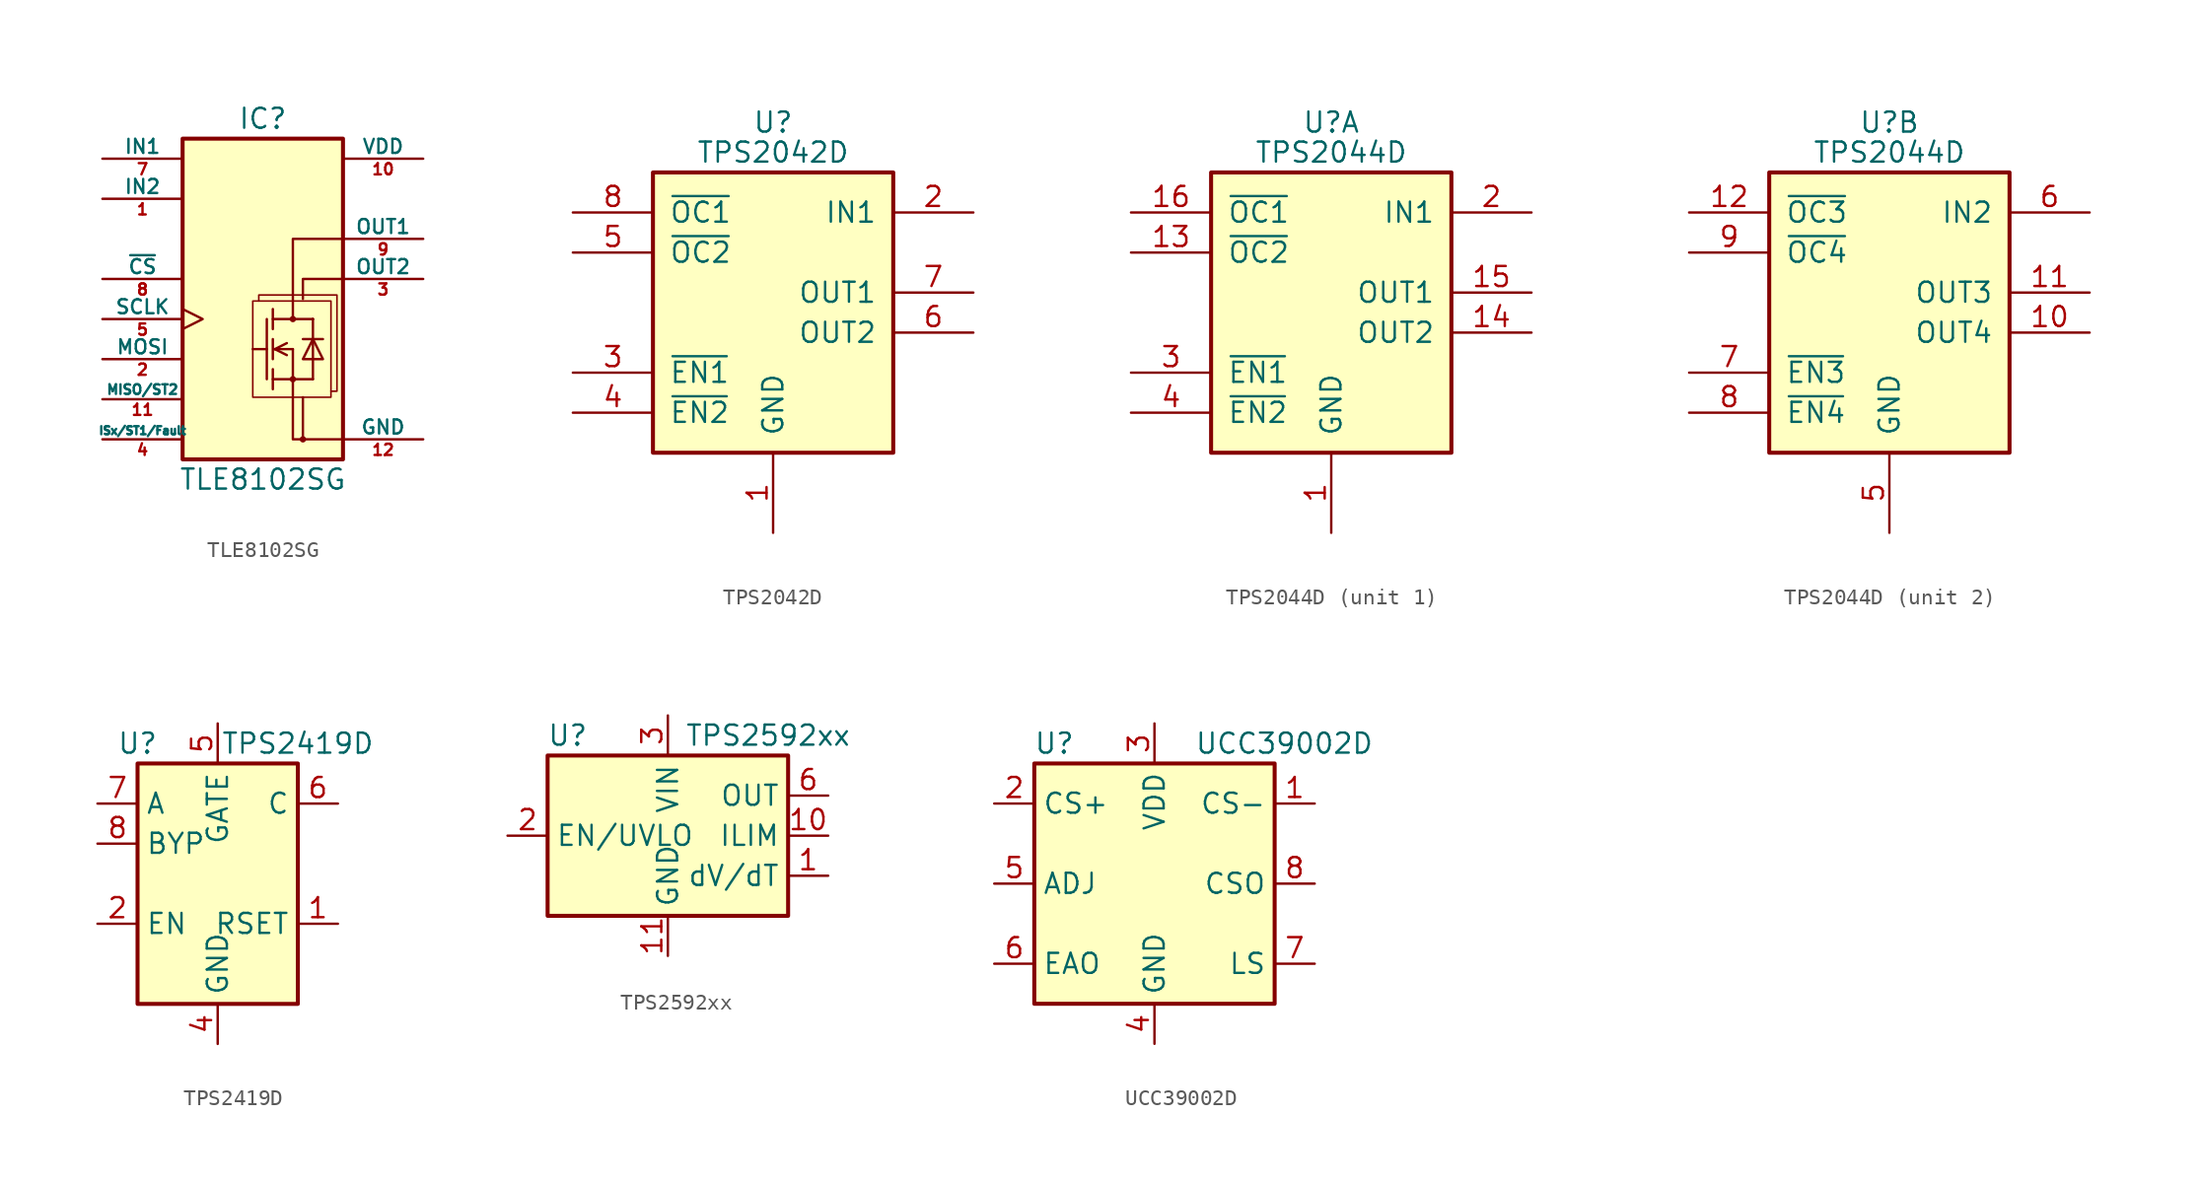
<source format=kicad_sym>
(kicad_symbol_lib
  (version 20201005)
  (generator kicad_symbol_editor)
  (symbol "TLE8102SG"
    (pin_names
      (offset 0))
    (property "Reference" "IC"
      (at 0 12.7 0)
      (effects (font (size 1.27 1.27))))
    (property "Value" "TLE8102SG"
      (at 0 -10.16 0)
      (effects (font (size 1.27 1.27))))
    (symbol "TLE8102SG_0_1"
      (circle (center 1.905 -3.81) (radius 0.127) (stroke (width 0.152)) (fill (type none)))
      (circle (center 1.905 0) (radius 0.127) (stroke (width 0.152)) (fill (type none)))
      (circle (center 2.54 -7.62) (radius 0.127) (stroke (width 0.152)) (fill (type none)))
      (rectangle (start -5.08 11.43) (end 5.08 -8.89) (stroke (width 0.254)) (fill (type background)))
      (rectangle (start -0.635 1.143) (end 4.318 -4.953) (stroke (width 0.102)) (fill (type background)))
      (polyline (pts (xy -0.635 -1.905) (xy 0.254 -1.905)) (stroke (width 0.152)) (fill (type none)))
      (polyline (pts (xy 0.254 0) (xy 0.254 -3.81)) (stroke (width 0.152)) (fill (type none)))
      (polyline (pts (xy 0.635 -3.81) (xy 3.175 -3.81)) (stroke (width 0.152)) (fill (type none)))
      (polyline (pts (xy 0.635 -3.175) (xy 0.635 -4.445)) (stroke (width 0.152)) (fill (type none)))
      (polyline (pts (xy 0.635 -1.27) (xy 0.635 -2.54)) (stroke (width 0.152)) (fill (type none)))
      (polyline (pts (xy 0.635 0.635) (xy 0.635 -0.635)) (stroke (width 0.152)) (fill (type none)))
      (polyline (pts (xy 0.762 -1.905) (xy 1.524 -2.286)) (stroke (width 0.152)) (fill (type none)))
      (polyline (pts (xy 0.762 -1.905) (xy 1.524 -1.524)) (stroke (width 0.152)) (fill (type none)))
      (polyline (pts (xy 0.762 -1.905) (xy 1.905 -1.905)) (stroke (width 0)) (fill (type none)))
      (polyline (pts (xy 2.54 -4.953) (xy 2.54 -7.62)) (stroke (width 0.152)) (fill (type none)))
      (polyline (pts (xy 2.54 -1.27) (xy 3.81 -1.27)) (stroke (width 0.152)) (fill (type none)))
      (polyline (pts (xy 3.175 0) (xy 0.635 0)) (stroke (width 0.152)) (fill (type none)))
      (polyline (pts (xy 3.175 0) (xy 3.175 -3.81)) (stroke (width 0.152)) (fill (type none)))
      (polyline (pts (xy 3.175 0) (xy 3.175 0)) (stroke (width 0)) (fill (type none)))
      (polyline (pts (xy 5.08 -7.62) (xy 2.54 -7.62)) (stroke (width 0.152)) (fill (type none)))
      (polyline (pts (xy 1.905 -1.905) (xy 1.905 -2.54) (xy 1.905 -3.81)) (stroke (width 0.152)) (fill (type none)))
      (polyline (pts (xy 1.905 0) (xy 1.905 5.08) (xy 5.08 5.08)) (stroke (width 0.152)) (fill (type none)))
      (polyline (pts (xy 2.54 -7.62) (xy 1.905 -7.62) (xy 1.905 -3.81)) (stroke (width 0.152)) (fill (type none)))
      (polyline (pts (xy 5.08 2.54) (xy 2.54 2.54) (xy 2.54 1.27)) (stroke (width 0.152)) (fill (type none)))
      (polyline (pts (xy 3.175 -1.27) (xy 2.54 -2.54) (xy 3.81 -2.54) (xy 3.175 -1.27)) (stroke (width 0.152)) (fill (type none)))
      (polyline (pts (xy -0.254 1.143) (xy -0.254 1.524) (xy 4.699 1.524) (xy 4.699 -4.572) (xy 4.318 -4.572)) (stroke (width 0.102)) (fill (type background))))
    (symbol "TLE8102SG_1_1"
      (pin input line (at -10.16 7.62 0) (length 5.08) (name "IN2" (effects (font (size 0.889 0.889)))) (number "1" (effects (font (size 0.711 0.711)))))
      (pin power_in line (at 10.16 10.16 180) (length 5.08) (name "VDD" (effects (font (size 0.889 0.889)))) (number "10" (effects (font (size 0.711 0.711)))))
      (pin passive line (at -10.16 -5.08 0) (length 5.08) (name "MISO/ST2" (effects (font (size 0.61 0.61)))) (number "11" (effects (font (size 0.711 0.711)))))
      (pin power_in line (at 10.16 -7.62 180) (length 5.08) (name "GND" (effects (font (size 0.889 0.889)))) (number "12" (effects (font (size 0.711 0.711)))))
      (pin passive line (at 10.16 -7.62 180) (length 5.08) hide (name "GND" (effects (font (size 0.889 0.889)))) (number "13" (effects (font (size 0.711 0.711)))))
      (pin input line (at -10.16 -2.54 0) (length 5.08) (name "MOSI" (effects (font (size 0.889 0.889)))) (number "2" (effects (font (size 0.711 0.711)))))
      (pin open_collector line (at 10.16 2.54 180) (length 5.08) (name "OUT2" (effects (font (size 0.889 0.889)))) (number "3" (effects (font (size 0.711 0.711)))))
      (pin passive line (at -10.16 -7.62 0) (length 5.08) (name "ISx/ST1/Fault" (effects (font (size 0.508 0.508)))) (number "4" (effects (font (size 0.711 0.711)))))
      (pin input clock (at -10.16 0 0) (length 5.08) (name "SCLK" (effects (font (size 0.889 0.889)))) (number "5" (effects (font (size 0.711 0.711)))))
      (pin passive line (at 10.16 -7.62 180) (length 5.08) hide (name "GND" (effects (font (size 0.889 0.889)))) (number "6" (effects (font (size 0.711 0.711)))))
      (pin input line (at -10.16 10.16 0) (length 5.08) (name "IN1" (effects (font (size 0.889 0.889)))) (number "7" (effects (font (size 0.711 0.711)))))
      (pin input line (at -10.16 2.54 0) (length 5.08) (name "~CS" (effects (font (size 0.889 0.889)))) (number "8" (effects (font (size 0.711 0.711)))))
      (pin open_collector line (at 10.16 5.08 180) (length 5.08) (name "OUT1" (effects (font (size 0.889 0.889)))) (number "9" (effects (font (size 0.711 0.711)))))))
  (symbol "TPS2042D"
    (pin_names
      (offset 1.016))
    (property "Reference" "U"
      (at 0 10.795 0)
      (effects (font (size 1.27 1.27))))
    (property "Value" "TPS2042D"
      (at 0 8.89 0)
      (effects (font (size 1.27 1.27))))
    (symbol "TPS2042D_0_1"
      (rectangle (start -7.62 7.62) (end 7.62 -10.16) (stroke (width 0.254)) (fill (type background))))
    (symbol "TPS2042D_1_1"
      (pin power_in line (at 0 -15.24 90) (length 5.08) (name "GND" (effects (font (size 1.27 1.27)))) (number "1" (effects (font (size 1.27 1.27)))))
      (pin power_in line (at 12.7 5.08 180) (length 5.08) (name "IN1" (effects (font (size 1.27 1.27)))) (number "2" (effects (font (size 1.27 1.27)))))
      (pin input line (at -12.7 -5.08 0) (length 5.08) (name "~EN1" (effects (font (size 1.27 1.27)))) (number "3" (effects (font (size 1.27 1.27)))))
      (pin input line (at -12.7 -7.62 0) (length 5.08) (name "~EN2" (effects (font (size 1.27 1.27)))) (number "4" (effects (font (size 1.27 1.27)))))
      (pin open_collector line (at -12.7 2.54 0) (length 5.08) (name "~OC2" (effects (font (size 1.27 1.27)))) (number "5" (effects (font (size 1.27 1.27)))))
      (pin power_out line (at 12.7 -2.54 180) (length 5.08) (name "OUT2" (effects (font (size 1.27 1.27)))) (number "6" (effects (font (size 1.27 1.27)))))
      (pin power_out line (at 12.7 0 180) (length 5.08) (name "OUT1" (effects (font (size 1.27 1.27)))) (number "7" (effects (font (size 1.27 1.27)))))
      (pin open_collector line (at -12.7 5.08 0) (length 5.08) (name "~OC1" (effects (font (size 1.27 1.27)))) (number "8" (effects (font (size 1.27 1.27)))))))
  (symbol "TPS2044D"
    (pin_names
      (offset 1.016))
    (property "Reference" "U"
      (at 0 10.795 0)
      (effects (font (size 1.27 1.27))))
    (property "Value" "TPS2044D"
      (at 0 8.89 0)
      (effects (font (size 1.27 1.27))))
    (property "ki_locked" ""
      (at 0 0 0)
      (effects (font (size 1.27 1.27))))
    (symbol "TPS2044D_0_1"
      (rectangle (start -7.62 7.62) (end 7.62 -10.16) (stroke (width 0.254)) (fill (type background))))
    (symbol "TPS2044D_1_1"
      (pin power_in line (at 0 -15.24 90) (length 5.08) (name "GND" (effects (font (size 1.27 1.27)))) (number "1" (effects (font (size 1.27 1.27)))))
      (pin open_collector line (at -12.7 2.54 0) (length 5.08) (name "~OC2" (effects (font (size 1.27 1.27)))) (number "13" (effects (font (size 1.27 1.27)))))
      (pin power_out line (at 12.7 -2.54 180) (length 5.08) (name "OUT2" (effects (font (size 1.27 1.27)))) (number "14" (effects (font (size 1.27 1.27)))))
      (pin power_out line (at 12.7 0 180) (length 5.08) (name "OUT1" (effects (font (size 1.27 1.27)))) (number "15" (effects (font (size 1.27 1.27)))))
      (pin open_collector line (at -12.7 5.08 0) (length 5.08) (name "~OC1" (effects (font (size 1.27 1.27)))) (number "16" (effects (font (size 1.27 1.27)))))
      (pin power_in line (at 12.7 5.08 180) (length 5.08) (name "IN1" (effects (font (size 1.27 1.27)))) (number "2" (effects (font (size 1.27 1.27)))))
      (pin input line (at -12.7 -5.08 0) (length 5.08) (name "~EN1" (effects (font (size 1.27 1.27)))) (number "3" (effects (font (size 1.27 1.27)))))
      (pin input line (at -12.7 -7.62 0) (length 5.08) (name "~EN2" (effects (font (size 1.27 1.27)))) (number "4" (effects (font (size 1.27 1.27))))))
    (symbol "TPS2044D_2_1"
      (pin power_out line (at 12.7 -2.54 180) (length 5.08) (name "OUT4" (effects (font (size 1.27 1.27)))) (number "10" (effects (font (size 1.27 1.27)))))
      (pin power_out line (at 12.7 0 180) (length 5.08) (name "OUT3" (effects (font (size 1.27 1.27)))) (number "11" (effects (font (size 1.27 1.27)))))
      (pin open_collector line (at -12.7 5.08 0) (length 5.08) (name "~OC3" (effects (font (size 1.27 1.27)))) (number "12" (effects (font (size 1.27 1.27)))))
      (pin power_in line (at 0 -15.24 90) (length 5.08) (name "GND" (effects (font (size 1.27 1.27)))) (number "5" (effects (font (size 1.27 1.27)))))
      (pin power_in line (at 12.7 5.08 180) (length 5.08) (name "IN2" (effects (font (size 1.27 1.27)))) (number "6" (effects (font (size 1.27 1.27)))))
      (pin input line (at -12.7 -5.08 0) (length 5.08) (name "~EN3" (effects (font (size 1.27 1.27)))) (number "7" (effects (font (size 1.27 1.27)))))
      (pin input line (at -12.7 -7.62 0) (length 5.08) (name "~EN4" (effects (font (size 1.27 1.27)))) (number "8" (effects (font (size 1.27 1.27)))))
      (pin open_collector line (at -12.7 2.54 0) (length 5.08) (name "~OC4" (effects (font (size 1.27 1.27)))) (number "9" (effects (font (size 1.27 1.27)))))))
  (symbol "TPS2419D"
    (property "Reference" "U"
      (at -5.08 8.89 0)
      (effects (font (size 1.27 1.27))))
    (property "Value" "TPS2419D"
      (at 5.08 8.89 0)
      (effects (font (size 1.27 1.27))))
    (symbol "TPS2419D_0_1"
      (rectangle (start -5.08 7.62) (end 5.08 -7.62) (stroke (width 0.254)) (fill (type background))))
    (symbol "TPS2419D_1_1"
      (pin passive line (at 7.62 -2.54 180) (length 2.54) (name "RSET" (effects (font (size 1.27 1.27)))) (number "1" (effects (font (size 1.27 1.27)))))
      (pin input line (at -7.62 -2.54 0) (length 2.54) (name "EN" (effects (font (size 1.27 1.27)))) (number "2" (effects (font (size 1.27 1.27)))))
      (pin passive line (at 0 -10.16 90) (length 2.54) hide (name "GND" (effects (font (size 1.27 1.27)))) (number "3" (effects (font (size 1.27 1.27)))))
      (pin power_in line (at 0 -10.16 90) (length 2.54) (name "GND" (effects (font (size 1.27 1.27)))) (number "4" (effects (font (size 1.27 1.27)))))
      (pin output line (at 0 10.16 270) (length 2.54) (name "GATE" (effects (font (size 1.27 1.27)))) (number "5" (effects (font (size 1.27 1.27)))))
      (pin input line (at 7.62 5.08 180) (length 2.54) (name "C" (effects (font (size 1.27 1.27)))) (number "6" (effects (font (size 1.27 1.27)))))
      (pin input line (at -7.62 5.08 0) (length 2.54) (name "A" (effects (font (size 1.27 1.27)))) (number "7" (effects (font (size 1.27 1.27)))))
      (pin passive line (at -7.62 2.54 0) (length 2.54) (name "BYP" (effects (font (size 1.27 1.27)))) (number "8" (effects (font (size 1.27 1.27)))))))
  (symbol "TPS2592xx"
    (property "Reference" "U"
      (at -6.35 6.35 0)
      (effects (font (size 1.27 1.27))))
    (property "Value" "TPS2592xx"
      (at 6.35 6.35 0)
      (effects (font (size 1.27 1.27))))
    (symbol "TPS2592xx_0_1"
      (rectangle (start -7.62 5.08) (end 7.62 -5.08) (stroke (width 0.254)) (fill (type background))))
    (symbol "TPS2592xx_1_1"
      (pin output line (at 10.16 -2.54 180) (length 2.54) (name "dV/dT" (effects (font (size 1.27 1.27)))) (number "1" (effects (font (size 1.27 1.27)))))
      (pin output line (at 10.16 0 180) (length 2.54) (name "ILIM" (effects (font (size 1.27 1.27)))) (number "10" (effects (font (size 1.27 1.27)))))
      (pin power_in line (at 0 -7.62 90) (length 2.54) (name "GND" (effects (font (size 1.27 1.27)))) (number "11" (effects (font (size 1.27 1.27)))))
      (pin input line (at -10.16 0 0) (length 2.54) (name "EN/UVLO" (effects (font (size 1.27 1.27)))) (number "2" (effects (font (size 1.27 1.27)))))
      (pin power_in line (at 0 7.62 270) (length 2.54) (name "VIN" (effects (font (size 1.27 1.27)))) (number "3" (effects (font (size 1.27 1.27)))))
      (pin passive line (at 0 7.62 270) (length 2.54) hide (name "VIN" (effects (font (size 1.27 1.27)))) (number "4" (effects (font (size 1.27 1.27)))))
      (pin passive line (at 0 7.62 270) (length 2.54) hide (name "VIN" (effects (font (size 1.27 1.27)))) (number "5" (effects (font (size 1.27 1.27)))))
      (pin power_out line (at 10.16 2.54 180) (length 2.54) (name "OUT" (effects (font (size 1.27 1.27)))) (number "6" (effects (font (size 1.27 1.27)))))
      (pin passive line (at 10.16 2.54 180) (length 2.54) hide (name "OUT" (effects (font (size 1.27 1.27)))) (number "7" (effects (font (size 1.27 1.27)))))
      (pin passive line (at 10.16 2.54 180) (length 2.54) hide (name "OUT" (effects (font (size 1.27 1.27)))) (number "8" (effects (font (size 1.27 1.27)))))
      (pin no_connect line (at -10.16 -2.54 0) (length 2.54) hide (name "NC" (effects (font (size 1.27 1.27)))) (number "9" (effects (font (size 1.27 1.27)))))))
  (symbol "UCC39002D"
    (property "Reference" "U"
      (at -6.35 8.89 0)
      (effects (font (size 1.27 1.27))))
    (property "Value" "UCC39002D"
      (at 2.54 8.89 0)
      (effects (font (size 1.27 1.27)) (justify left)))
    (symbol "UCC39002D_0_1"
      (rectangle (start -7.62 7.62) (end 7.62 -7.62) (stroke (width 0.254)) (fill (type background))))
    (symbol "UCC39002D_1_1"
      (pin input line (at 10.16 5.08 180) (length 2.54) (name "CS-" (effects (font (size 1.27 1.27)))) (number "1" (effects (font (size 1.27 1.27)))))
      (pin input line (at -10.16 5.08 0) (length 2.54) (name "CS+" (effects (font (size 1.27 1.27)))) (number "2" (effects (font (size 1.27 1.27)))))
      (pin power_in line (at 0 10.16 270) (length 2.54) (name "VDD" (effects (font (size 1.27 1.27)))) (number "3" (effects (font (size 1.27 1.27)))))
      (pin power_in line (at 0 -10.16 90) (length 2.54) (name "GND" (effects (font (size 1.27 1.27)))) (number "4" (effects (font (size 1.27 1.27)))))
      (pin open_collector line (at -10.16 0 0) (length 2.54) (name "ADJ" (effects (font (size 1.27 1.27)))) (number "5" (effects (font (size 1.27 1.27)))))
      (pin passive line (at -10.16 -5.08 0) (length 2.54) (name "EAO" (effects (font (size 1.27 1.27)))) (number "6" (effects (font (size 1.27 1.27)))))
      (pin passive line (at 10.16 -5.08 180) (length 2.54) (name "LS" (effects (font (size 1.27 1.27)))) (number "7" (effects (font (size 1.27 1.27)))))
      (pin output line (at 10.16 0 180) (length 2.54) (name "CSO" (effects (font (size 1.27 1.27)))) (number "8" (effects (font (size 1.27 1.27))))))))
</source>
